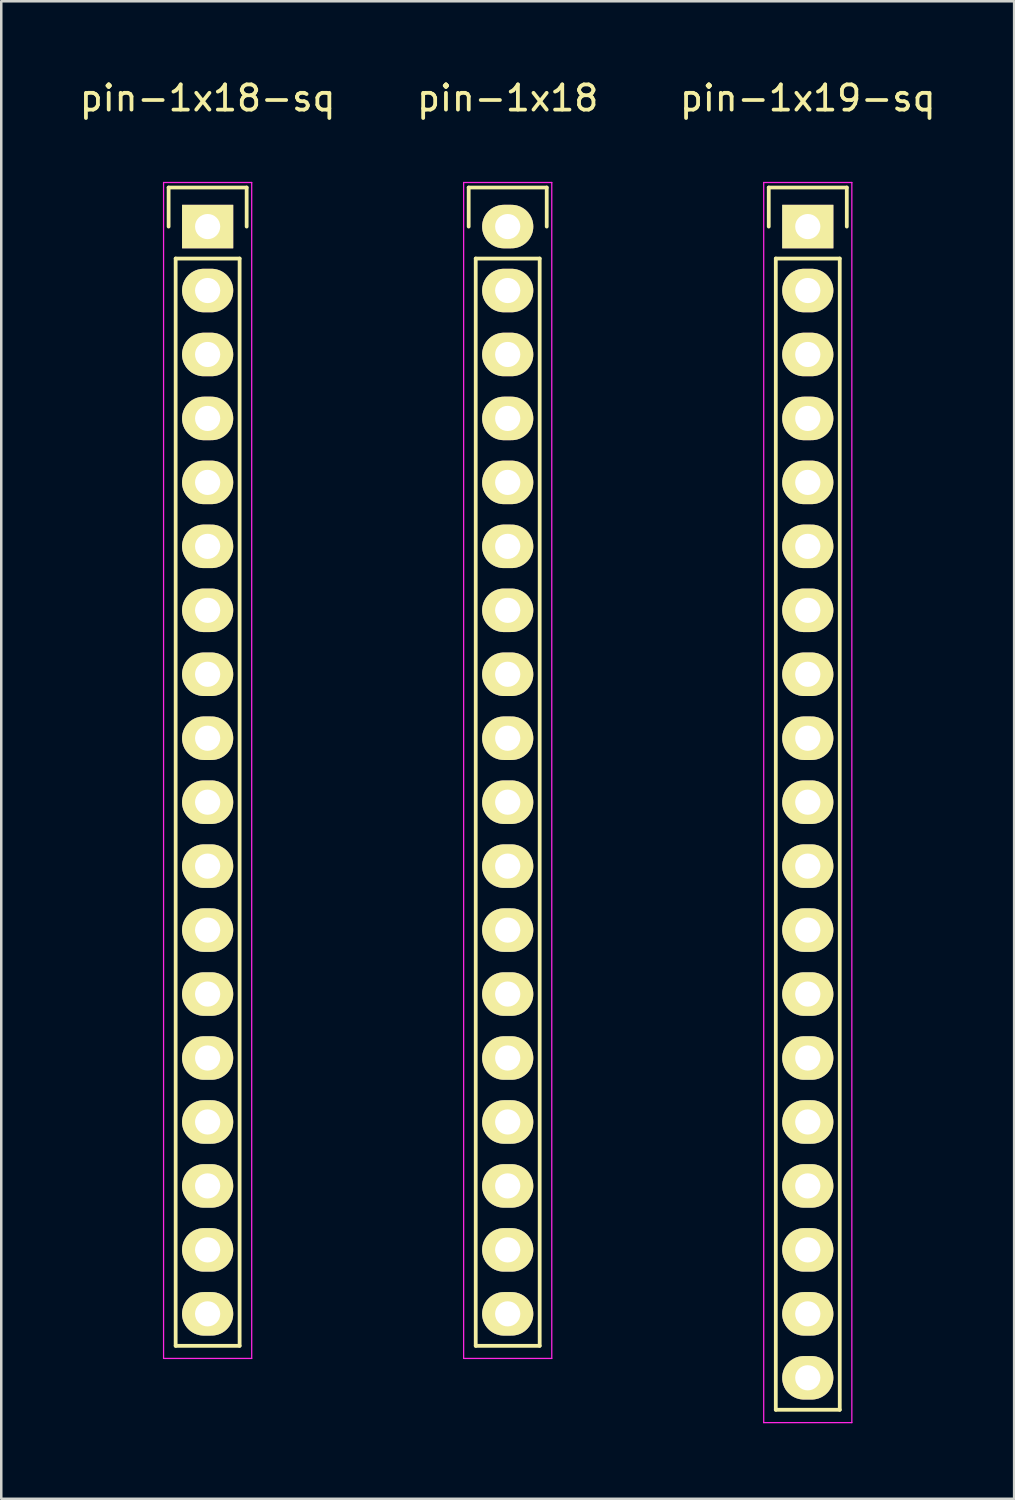
<source format=kicad_pcb>
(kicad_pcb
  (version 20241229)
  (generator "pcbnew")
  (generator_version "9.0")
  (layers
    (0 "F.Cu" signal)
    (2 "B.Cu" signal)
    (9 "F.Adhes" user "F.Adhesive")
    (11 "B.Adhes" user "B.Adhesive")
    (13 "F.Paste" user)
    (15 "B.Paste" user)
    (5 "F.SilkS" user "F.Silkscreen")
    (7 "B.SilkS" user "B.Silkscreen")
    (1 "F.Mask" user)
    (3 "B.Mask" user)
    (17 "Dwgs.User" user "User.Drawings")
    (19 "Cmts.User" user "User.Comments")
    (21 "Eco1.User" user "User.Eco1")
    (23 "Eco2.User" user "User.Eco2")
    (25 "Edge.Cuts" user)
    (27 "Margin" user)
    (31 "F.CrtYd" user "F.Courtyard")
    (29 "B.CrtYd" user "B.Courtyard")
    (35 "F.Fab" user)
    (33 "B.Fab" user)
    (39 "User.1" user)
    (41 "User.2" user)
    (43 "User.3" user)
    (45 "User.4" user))
  (footprint "pin-1x18-sq"
    (layer "F.Cu")
    (at 5.196 5.948)
    (property "Reference" "pin-1x18-sq" (at 0 -5.1 0) (layer "F.SilkS") (effects (font (size 1 1) (thickness 0.15))))
    (attr through_hole)
    (fp_line (start -1.55 -1.55) (end 1.55 -1.55) (stroke (width 0.15) (type solid)) (layer "F.SilkS"))
    (fp_line (start -1.55 0) (end -1.55 -1.55) (stroke (width 0.15) (type solid)) (layer "F.SilkS"))
    (fp_line (start -1.27 44.45) (end -1.27 1.27) (stroke (width 0.15) (type solid)) (layer "F.SilkS"))
    (fp_line (start 1.27 1.27) (end -1.27 1.27) (stroke (width 0.15) (type solid)) (layer "F.SilkS"))
    (fp_line (start 1.27 1.27) (end 1.27 44.45) (stroke (width 0.15) (type solid)) (layer "F.SilkS"))
    (fp_line (start 1.27 44.45) (end -1.27 44.45) (stroke (width 0.15) (type solid)) (layer "F.SilkS"))
    (fp_line (start 1.55 -1.55) (end 1.55 0) (stroke (width 0.15) (type solid)) (layer "F.SilkS"))
    (fp_line (start -1.75 -1.75) (end -1.75 44.95) (stroke (width 0.05) (type solid)) (layer "F.CrtYd"))
    (fp_line (start -1.75 -1.75) (end 1.75 -1.75) (stroke (width 0.05) (type solid)) (layer "F.CrtYd"))
    (fp_line (start -1.75 44.95) (end 1.75 44.95) (stroke (width 0.05) (type solid)) (layer "F.CrtYd"))
    (fp_line (start 1.75 -1.75) (end 1.75 44.95) (stroke (width 0.05) (type solid)) (layer "F.CrtYd"))
    (pad "1" thru_hole rect (at 0 0) (size 2.032 1.727) (drill 1) (layers "*.Cu" "*.Mask" "F.SilkS"))
    (pad "2" thru_hole oval (at 0 2.54) (size 2.032 1.727) (drill 1) (layers "*.Cu" "*.Mask" "F.SilkS"))
    (pad "3" thru_hole oval (at 0 5.08) (size 2.032 1.727) (drill 1) (layers "*.Cu" "*.Mask" "F.SilkS"))
    (pad "4" thru_hole oval (at 0 7.62) (size 2.032 1.727) (drill 1) (layers "*.Cu" "*.Mask" "F.SilkS"))
    (pad "5" thru_hole oval (at 0 10.16) (size 2.032 1.727) (drill 1) (layers "*.Cu" "*.Mask" "F.SilkS"))
    (pad "6" thru_hole oval (at 0 12.7) (size 2.032 1.727) (drill 1) (layers "*.Cu" "*.Mask" "F.SilkS"))
    (pad "7" thru_hole oval (at 0 15.24) (size 2.032 1.727) (drill 1) (layers "*.Cu" "*.Mask" "F.SilkS"))
    (pad "8" thru_hole oval (at 0 17.78) (size 2.032 1.727) (drill 1) (layers "*.Cu" "*.Mask" "F.SilkS"))
    (pad "9" thru_hole oval (at 0 20.32) (size 2.032 1.727) (drill 1) (layers "*.Cu" "*.Mask" "F.SilkS"))
    (pad "10" thru_hole oval (at 0 22.86) (size 2.032 1.727) (drill 1) (layers "*.Cu" "*.Mask" "F.SilkS"))
    (pad "11" thru_hole oval (at 0 25.4) (size 2.032 1.727) (drill 1) (layers "*.Cu" "*.Mask" "F.SilkS"))
    (pad "12" thru_hole oval (at 0 27.94) (size 2.032 1.727) (drill 1) (layers "*.Cu" "*.Mask" "F.SilkS"))
    (pad "13" thru_hole oval (at 0 30.48) (size 2.032 1.727) (drill 1) (layers "*.Cu" "*.Mask" "F.SilkS"))
    (pad "14" thru_hole oval (at 0 33.02) (size 2.032 1.727) (drill 1) (layers "*.Cu" "*.Mask" "F.SilkS"))
    (pad "15" thru_hole oval (at 0 35.56) (size 2.032 1.727) (drill 1) (layers "*.Cu" "*.Mask" "F.SilkS"))
    (pad "16" thru_hole oval (at 0 38.1) (size 2.032 1.727) (drill 1) (layers "*.Cu" "*.Mask" "F.SilkS"))
    (pad "17" thru_hole oval (at 0 40.64) (size 2.032 1.727) (drill 1) (layers "*.Cu" "*.Mask" "F.SilkS"))
    (pad "18" thru_hole oval (at 0 43.18) (size 2.032 1.727) (drill 1) (layers "*.Cu" "*.Mask" "F.SilkS")))
  (footprint "pin-1x19-sq"
    (layer "F.Cu")
    (at 29.03 5.948)
    (property "Reference" "pin-1x19-sq" (at 0 -5.1 0) (layer "F.SilkS") (effects (font (size 1 1) (thickness 0.15))))
    (attr through_hole)
    (fp_line (start -1.55 -1.55) (end 1.55 -1.55) (stroke (width 0.15) (type solid)) (layer "F.SilkS"))
    (fp_line (start -1.55 0) (end -1.55 -1.55) (stroke (width 0.15) (type solid)) (layer "F.SilkS"))
    (fp_line (start -1.27 46.99) (end -1.27 1.27) (stroke (width 0.15) (type solid)) (layer "F.SilkS"))
    (fp_line (start 1.27 1.27) (end -1.27 1.27) (stroke (width 0.15) (type solid)) (layer "F.SilkS"))
    (fp_line (start 1.27 1.27) (end 1.27 46.99) (stroke (width 0.15) (type solid)) (layer "F.SilkS"))
    (fp_line (start 1.27 46.99) (end -1.27 46.99) (stroke (width 0.15) (type solid)) (layer "F.SilkS"))
    (fp_line (start 1.55 -1.55) (end 1.55 0) (stroke (width 0.15) (type solid)) (layer "F.SilkS"))
    (fp_line (start -1.75 -1.75) (end -1.75 47.5) (stroke (width 0.05) (type solid)) (layer "F.CrtYd"))
    (fp_line (start -1.75 -1.75) (end 1.75 -1.75) (stroke (width 0.05) (type solid)) (layer "F.CrtYd"))
    (fp_line (start -1.75 47.5) (end 1.75 47.5) (stroke (width 0.05) (type solid)) (layer "F.CrtYd"))
    (fp_line (start 1.75 -1.75) (end 1.75 47.5) (stroke (width 0.05) (type solid)) (layer "F.CrtYd"))
    (pad "1" thru_hole rect (at 0 0) (size 2.032 1.727) (drill 1) (layers "*.Cu" "*.Mask" "F.SilkS"))
    (pad "2" thru_hole oval (at 0 2.54) (size 2.032 1.727) (drill 1) (layers "*.Cu" "*.Mask" "F.SilkS"))
    (pad "3" thru_hole oval (at 0 5.08) (size 2.032 1.727) (drill 1) (layers "*.Cu" "*.Mask" "F.SilkS"))
    (pad "4" thru_hole oval (at 0 7.62) (size 2.032 1.727) (drill 1) (layers "*.Cu" "*.Mask" "F.SilkS"))
    (pad "5" thru_hole oval (at 0 10.16) (size 2.032 1.727) (drill 1) (layers "*.Cu" "*.Mask" "F.SilkS"))
    (pad "6" thru_hole oval (at 0 12.7) (size 2.032 1.727) (drill 1) (layers "*.Cu" "*.Mask" "F.SilkS"))
    (pad "7" thru_hole oval (at 0 15.24) (size 2.032 1.727) (drill 1) (layers "*.Cu" "*.Mask" "F.SilkS"))
    (pad "8" thru_hole oval (at 0 17.78) (size 2.032 1.727) (drill 1) (layers "*.Cu" "*.Mask" "F.SilkS"))
    (pad "9" thru_hole oval (at 0 20.32) (size 2.032 1.727) (drill 1) (layers "*.Cu" "*.Mask" "F.SilkS"))
    (pad "10" thru_hole oval (at 0 22.86) (size 2.032 1.727) (drill 1) (layers "*.Cu" "*.Mask" "F.SilkS"))
    (pad "11" thru_hole oval (at 0 25.4) (size 2.032 1.727) (drill 1) (layers "*.Cu" "*.Mask" "F.SilkS"))
    (pad "12" thru_hole oval (at 0 27.94) (size 2.032 1.727) (drill 1) (layers "*.Cu" "*.Mask" "F.SilkS"))
    (pad "13" thru_hole oval (at 0 30.48) (size 2.032 1.727) (drill 1) (layers "*.Cu" "*.Mask" "F.SilkS"))
    (pad "14" thru_hole oval (at 0 33.02) (size 2.032 1.727) (drill 1) (layers "*.Cu" "*.Mask" "F.SilkS"))
    (pad "15" thru_hole oval (at 0 35.56) (size 2.032 1.727) (drill 1) (layers "*.Cu" "*.Mask" "F.SilkS"))
    (pad "16" thru_hole oval (at 0 38.1) (size 2.032 1.727) (drill 1) (layers "*.Cu" "*.Mask" "F.SilkS"))
    (pad "17" thru_hole oval (at 0 40.64) (size 2.032 1.727) (drill 1) (layers "*.Cu" "*.Mask" "F.SilkS"))
    (pad "18" thru_hole oval (at 0 43.18) (size 2.032 1.727) (drill 1) (layers "*.Cu" "*.Mask" "F.SilkS"))
    (pad "19" thru_hole oval (at 0 45.72) (size 2.032 1.727) (drill 1) (layers "*.Cu" "*.Mask" "F.SilkS")))
  (footprint "pin-1x18"
    (layer "F.Cu")
    (at 17.113 5.948)
    (property "Reference" "pin-1x18" (at 0 -5.1 0) (layer "F.SilkS") (effects (font (size 1 1) (thickness 0.15))))
    (attr through_hole)
    (fp_line (start -1.55 -1.55) (end 1.55 -1.55) (stroke (width 0.15) (type solid)) (layer "F.SilkS"))
    (fp_line (start -1.55 0) (end -1.55 -1.55) (stroke (width 0.15) (type solid)) (layer "F.SilkS"))
    (fp_line (start -1.27 44.45) (end -1.27 1.27) (stroke (width 0.15) (type solid)) (layer "F.SilkS"))
    (fp_line (start 1.27 1.27) (end -1.27 1.27) (stroke (width 0.15) (type solid)) (layer "F.SilkS"))
    (fp_line (start 1.27 1.27) (end 1.27 44.45) (stroke (width 0.15) (type solid)) (layer "F.SilkS"))
    (fp_line (start 1.27 44.45) (end -1.27 44.45) (stroke (width 0.15) (type solid)) (layer "F.SilkS"))
    (fp_line (start 1.55 -1.55) (end 1.55 0) (stroke (width 0.15) (type solid)) (layer "F.SilkS"))
    (fp_line (start -1.75 -1.75) (end -1.75 44.95) (stroke (width 0.05) (type solid)) (layer "F.CrtYd"))
    (fp_line (start -1.75 -1.75) (end 1.75 -1.75) (stroke (width 0.05) (type solid)) (layer "F.CrtYd"))
    (fp_line (start -1.75 44.95) (end 1.75 44.95) (stroke (width 0.05) (type solid)) (layer "F.CrtYd"))
    (fp_line (start 1.75 -1.75) (end 1.75 44.95) (stroke (width 0.05) (type solid)) (layer "F.CrtYd"))
    (pad "1" thru_hole oval (at 0 0) (size 2.032 1.727) (drill 1) (layers "*.Cu" "*.Mask" "F.SilkS"))
    (pad "2" thru_hole oval (at 0 2.54) (size 2.032 1.727) (drill 1) (layers "*.Cu" "*.Mask" "F.SilkS"))
    (pad "3" thru_hole oval (at 0 5.08) (size 2.032 1.727) (drill 1) (layers "*.Cu" "*.Mask" "F.SilkS"))
    (pad "4" thru_hole oval (at 0 7.62) (size 2.032 1.727) (drill 1) (layers "*.Cu" "*.Mask" "F.SilkS"))
    (pad "5" thru_hole oval (at 0 10.16) (size 2.032 1.727) (drill 1) (layers "*.Cu" "*.Mask" "F.SilkS"))
    (pad "6" thru_hole oval (at 0 12.7) (size 2.032 1.727) (drill 1) (layers "*.Cu" "*.Mask" "F.SilkS"))
    (pad "7" thru_hole oval (at 0 15.24) (size 2.032 1.727) (drill 1) (layers "*.Cu" "*.Mask" "F.SilkS"))
    (pad "8" thru_hole oval (at 0 17.78) (size 2.032 1.727) (drill 1) (layers "*.Cu" "*.Mask" "F.SilkS"))
    (pad "9" thru_hole oval (at 0 20.32) (size 2.032 1.727) (drill 1) (layers "*.Cu" "*.Mask" "F.SilkS"))
    (pad "10" thru_hole oval (at 0 22.86) (size 2.032 1.727) (drill 1) (layers "*.Cu" "*.Mask" "F.SilkS"))
    (pad "11" thru_hole oval (at 0 25.4) (size 2.032 1.727) (drill 1) (layers "*.Cu" "*.Mask" "F.SilkS"))
    (pad "12" thru_hole oval (at 0 27.94) (size 2.032 1.727) (drill 1) (layers "*.Cu" "*.Mask" "F.SilkS"))
    (pad "13" thru_hole oval (at 0 30.48) (size 2.032 1.727) (drill 1) (layers "*.Cu" "*.Mask" "F.SilkS"))
    (pad "14" thru_hole oval (at 0 33.02) (size 2.032 1.727) (drill 1) (layers "*.Cu" "*.Mask" "F.SilkS"))
    (pad "15" thru_hole oval (at 0 35.56) (size 2.032 1.727) (drill 1) (layers "*.Cu" "*.Mask" "F.SilkS"))
    (pad "16" thru_hole oval (at 0 38.1) (size 2.032 1.727) (drill 1) (layers "*.Cu" "*.Mask" "F.SilkS"))
    (pad "17" thru_hole oval (at 0 40.64) (size 2.032 1.727) (drill 1) (layers "*.Cu" "*.Mask" "F.SilkS"))
    (pad "18" thru_hole oval (at 0 43.18) (size 2.032 1.727) (drill 1) (layers "*.Cu" "*.Mask" "F.SilkS")))
  (gr_rect
    (start -3 -3)
    (end 37.226 56.473)
    (stroke (width 0.1) (type default))
    (fill no)
    (layer "Edge.Cuts")))
</source>
